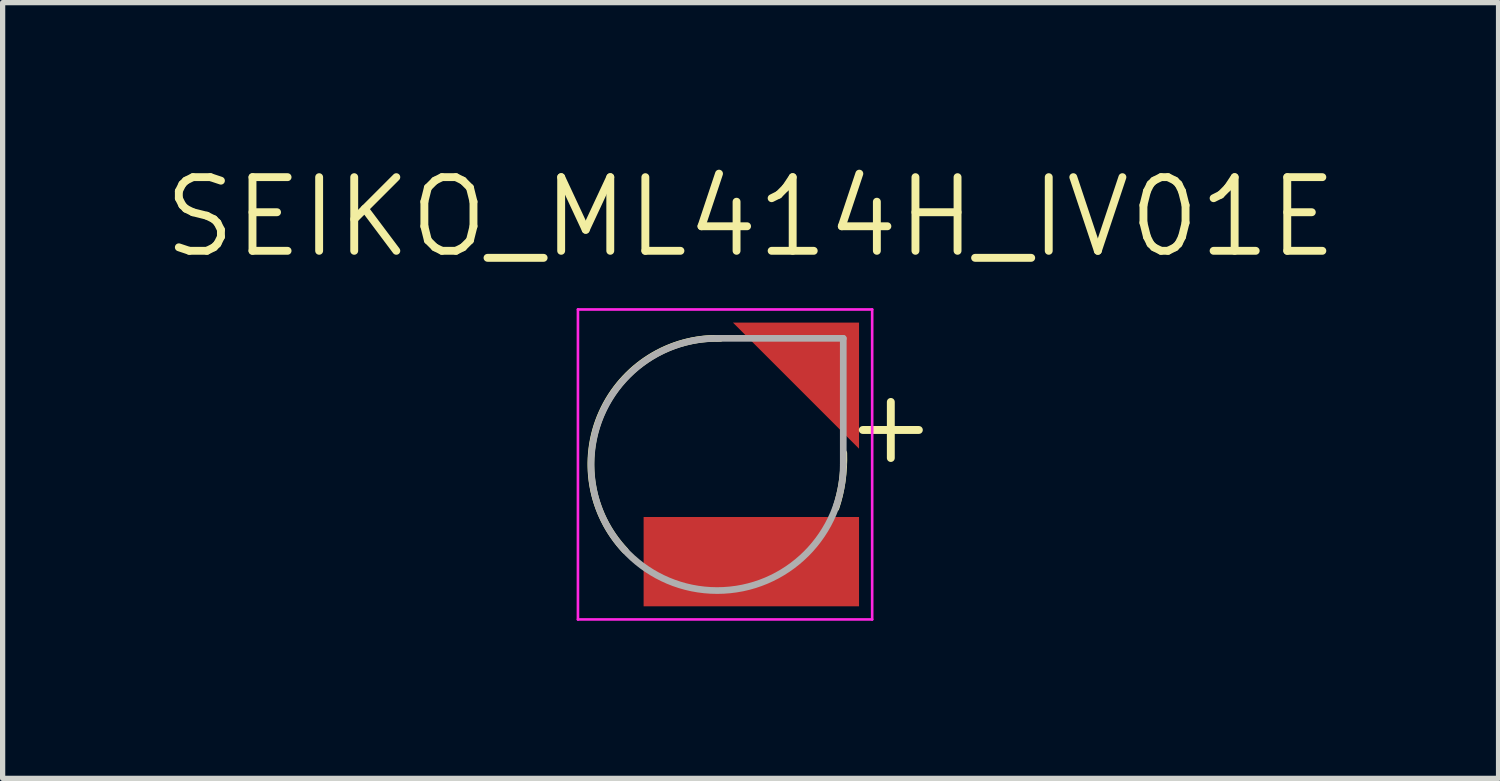
<source format=kicad_pcb>
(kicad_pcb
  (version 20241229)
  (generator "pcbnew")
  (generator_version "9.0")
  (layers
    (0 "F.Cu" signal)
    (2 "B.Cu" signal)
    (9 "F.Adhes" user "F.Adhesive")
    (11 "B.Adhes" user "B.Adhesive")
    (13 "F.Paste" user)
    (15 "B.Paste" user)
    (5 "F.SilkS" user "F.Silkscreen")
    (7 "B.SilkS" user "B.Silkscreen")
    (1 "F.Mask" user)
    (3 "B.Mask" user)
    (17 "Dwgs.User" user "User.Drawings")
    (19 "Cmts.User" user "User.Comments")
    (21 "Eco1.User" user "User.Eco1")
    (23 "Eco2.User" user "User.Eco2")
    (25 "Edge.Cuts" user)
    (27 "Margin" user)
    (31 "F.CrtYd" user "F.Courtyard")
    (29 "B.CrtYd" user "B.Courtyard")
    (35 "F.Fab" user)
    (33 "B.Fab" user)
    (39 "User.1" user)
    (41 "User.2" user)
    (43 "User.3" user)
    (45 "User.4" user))
  (footprint "SEIKO_ML414H_IV01E"
    (layer "F.Cu")
    (at 10.6 5.79)
    (property "Reference" "SEIKO_ML414H_IV01E" (at 0.636 -4.707 0) (layer "F.SilkS") (effects (font (size 1.402 1.402) (thickness 0.15))))
    (attr through_hole)
    (fp_poly (pts (xy 0 -2.8) (xy 2.8 -2.8) (xy 2.8 0)) (stroke (width 0.0001) (type solid)) (fill yes) (layer "F.Mask"))
    (fp_arc (start -1.75 1.639999) (mid -2.19472 -0.984702) (end 0.06 -2.4) (stroke (width 0.127) (type solid)) (layer "F.SilkS"))
    (fp_arc (start 2.41 -0.217) (mid 2.3808 0.313062) (end 2.26 0.83) (stroke (width 0.127) (type solid)) (layer "F.SilkS"))
    (fp_poly (pts (xy 0.3 -2.7) (xy 2.7 -2.7) (xy 2.7 -0.3)) (stroke (width 0.0001) (type solid)) (fill yes) (layer "F.Paste"))
    (fp_line (start -2.65 -2.95) (end 2.95 -2.95) (stroke (width 0.05) (type solid)) (layer "F.CrtYd"))
    (fp_line (start -2.65 2.95) (end -2.65 -2.95) (stroke (width 0.05) (type solid)) (layer "F.CrtYd"))
    (fp_line (start 2.95 -2.95) (end 2.95 2.95) (stroke (width 0.05) (type solid)) (layer "F.CrtYd"))
    (fp_line (start 2.95 2.95) (end -2.65 2.95) (stroke (width 0.05) (type solid)) (layer "F.CrtYd"))
    (fp_line (start 0 -2.4) (end 2.4 -2.4) (stroke (width 0.127) (type solid)) (layer "F.Fab"))
    (fp_line (start 2.4 -2.4) (end 2.4 0) (stroke (width 0.127) (type solid)) (layer "F.Fab"))
    (fp_arc (start 2.4 0) (mid -1.697056 1.697056) (end 0 -2.4) (stroke (width 0.127) (type solid)) (layer "F.Fab"))
    (fp_text user "+" (at 3.305 -0.763 0) (layer "F.SilkS") (effects (font (size 1.401 1.401) (thickness 0.15))))
    (pad "1" smd custom (at 2.1 -2.1) (size 1 1) (layers "F.Cu") (options (anchor rect)) (primitives (gr_poly (pts (xy -1.8 -0.6) (xy 0.6 -0.6) (xy 0.6 1.8)) (width 0.0001) (fill yes))))
    (pad "2" smd rect (at 0.65 1.85) (size 4.1 1.7) (layers "F.Cu" "F.Mask" "F.Paste")))
  (gr_rect
    (start -3 -3)
    (end 25.472 11.765)
    (stroke (width 0.1) (type default))
    (fill no)
    (layer "Edge.Cuts")))
</source>
